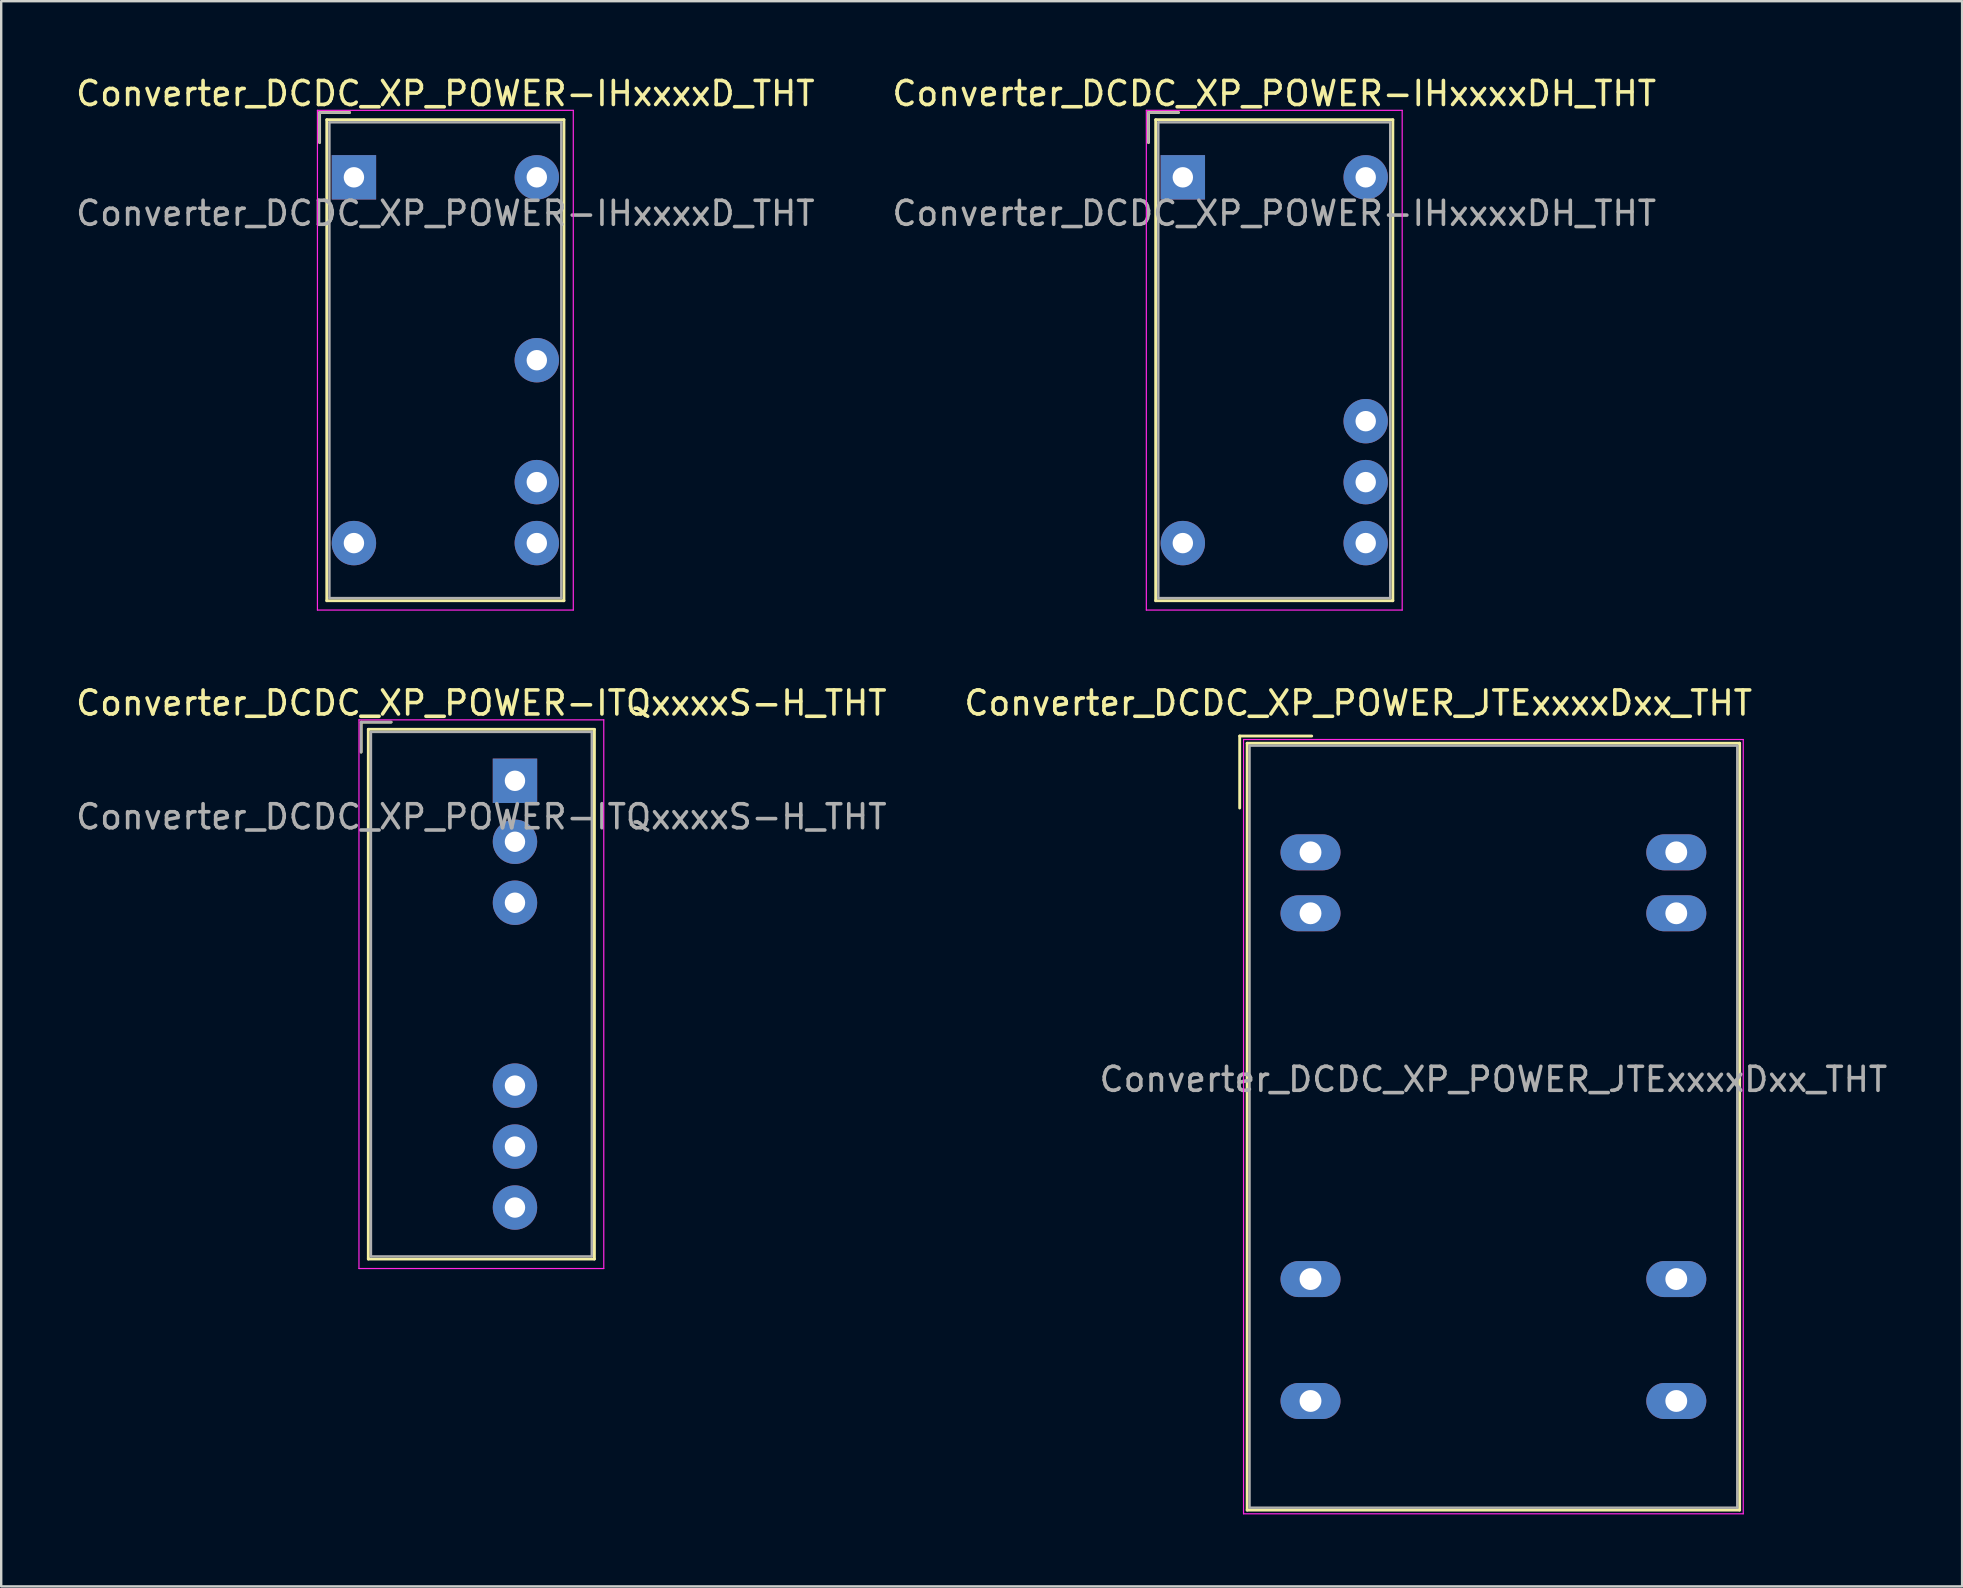
<source format=kicad_pcb>
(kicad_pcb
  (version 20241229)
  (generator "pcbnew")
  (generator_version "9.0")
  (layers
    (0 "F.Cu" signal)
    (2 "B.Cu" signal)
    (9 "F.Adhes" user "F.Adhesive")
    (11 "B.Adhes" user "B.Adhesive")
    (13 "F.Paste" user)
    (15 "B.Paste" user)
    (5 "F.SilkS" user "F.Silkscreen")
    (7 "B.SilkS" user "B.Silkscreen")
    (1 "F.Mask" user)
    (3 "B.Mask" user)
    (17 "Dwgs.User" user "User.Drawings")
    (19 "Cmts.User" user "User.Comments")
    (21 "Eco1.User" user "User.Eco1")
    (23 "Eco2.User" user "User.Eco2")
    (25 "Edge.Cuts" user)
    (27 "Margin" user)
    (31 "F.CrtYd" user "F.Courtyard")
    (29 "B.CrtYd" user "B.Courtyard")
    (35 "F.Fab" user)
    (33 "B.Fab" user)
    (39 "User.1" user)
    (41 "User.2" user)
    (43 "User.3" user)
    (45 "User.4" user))
  (footprint "Converter_DCDC_XP_POWER_JTExxxxDxx_THT"
    (layer "F.Cu")
    (at 51.552 32.462)
    (property "Reference" "Converter_DCDC_XP_POWER_JTExxxxDxx_THT" (at 1.99 -6.22 0) (layer "F.SilkS") (effects (font (size 1 1) (thickness 0.15))))
    (attr through_hole)
    (fp_line (start -2.95 -4.845) (end -2.95 -1.845) (stroke (width 0.12) (type solid)) (layer "F.SilkS"))
    (fp_line (start -2.95 -4.845) (end 0.05 -4.845) (stroke (width 0.12) (type solid)) (layer "F.SilkS"))
    (fp_line (start -2.64 -4.545) (end -2.64 27.405) (stroke (width 0.12) (type solid)) (layer "F.SilkS"))
    (fp_line (start -2.64 -4.545) (end 17.88 -4.545) (stroke (width 0.12) (type solid)) (layer "F.SilkS"))
    (fp_line (start -2.64 27.405) (end 17.88 27.405) (stroke (width 0.12) (type solid)) (layer "F.SilkS"))
    (fp_line (start 17.88 -4.545) (end 17.88 27.405) (stroke (width 0.12) (type solid)) (layer "F.SilkS"))
    (fp_line (start -2.79 -4.7) (end -2.79 27.56) (stroke (width 0.05) (type solid)) (layer "F.CrtYd"))
    (fp_line (start -2.79 -4.7) (end 18.03 -4.7) (stroke (width 0.05) (type solid)) (layer "F.CrtYd"))
    (fp_line (start -2.79 27.56) (end 18.03 27.56) (stroke (width 0.05) (type solid)) (layer "F.CrtYd"))
    (fp_line (start 18.03 -4.7) (end 18.03 27.56) (stroke (width 0.05) (type solid)) (layer "F.CrtYd"))
    (fp_line (start -2.54 -4.445) (end 17.78 -4.445) (stroke (width 0.1) (type solid)) (layer "F.Fab"))
    (fp_line (start -2.54 27.305) (end -2.54 -4.455) (stroke (width 0.1) (type solid)) (layer "F.Fab"))
    (fp_line (start 17.78 -4.445) (end 17.78 27.305) (stroke (width 0.1) (type solid)) (layer "F.Fab"))
    (fp_line (start 17.78 27.305) (end -2.5 27.305) (stroke (width 0.1) (type solid)) (layer "F.Fab"))
    (fp_text user "${REFERENCE}" (at 7.62 9.46 0) (layer "F.Fab") (effects (font (size 1 1) (thickness 0.15))))
    (pad "2" thru_hole oval (at 0 0) (size 2.5 1.5) (drill 0.91) (layers "*.Cu" "*.Mask"))
    (pad "3" thru_hole oval (at 0 2.54) (size 2.5 1.5) (drill 0.91) (layers "*.Cu" "*.Mask"))
    (pad "9" thru_hole oval (at 0 17.78) (size 2.5 1.5) (drill 0.91) (layers "*.Cu" "*.Mask"))
    (pad "11" thru_hole oval (at 0 22.86) (size 2.5 1.5) (drill 0.91) (layers "*.Cu" "*.Mask"))
    (pad "14" thru_hole oval (at 15.24 22.86) (size 2.5 1.5) (drill 0.91) (layers "*.Cu" "*.Mask"))
    (pad "16" thru_hole oval (at 15.24 17.78) (size 2.5 1.5) (drill 0.91) (layers "*.Cu" "*.Mask"))
    (pad "22" thru_hole oval (at 15.24 2.54) (size 2.5 1.5) (drill 0.91) (layers "*.Cu" "*.Mask"))
    (pad "23" thru_hole oval (at 15.24 0) (size 2.5 1.5) (drill 0.91) (layers "*.Cu" "*.Mask")))
  (footprint "Converter_DCDC_XP_POWER-IHxxxxDH_THT"
    (layer "F.Cu")
    (at 46.232 4.338)
    (property "Reference" "Converter_DCDC_XP_POWER-IHxxxxDH_THT" (at 3.81 -3.49 0) (layer "F.SilkS") (effects (font (size 1 1) (thickness 0.15))))
    (attr through_hole)
    (fp_line (start -1.43 -2.7) (end -1.43 -1.45) (stroke (width 0.12) (type solid)) (layer "F.SilkS"))
    (fp_line (start -1.13 -2.4) (end -1.13 17.64) (stroke (width 0.12) (type solid)) (layer "F.SilkS"))
    (fp_line (start -1.13 17.64) (end 8.75 17.64) (stroke (width 0.12) (type solid)) (layer "F.SilkS"))
    (fp_line (start -0.18 -2.7) (end -1.43 -2.7) (stroke (width 0.12) (type solid)) (layer "F.SilkS"))
    (fp_line (start 8.75 -2.4) (end -1.13 -2.4) (stroke (width 0.12) (type solid)) (layer "F.SilkS"))
    (fp_line (start 8.75 17.64) (end 8.75 -2.4) (stroke (width 0.12) (type solid)) (layer "F.SilkS"))
    (fp_line (start -1.52 -2.79) (end -1.52 18.03) (stroke (width 0.05) (type solid)) (layer "F.CrtYd"))
    (fp_line (start -1.52 18.03) (end 9.14 18.03) (stroke (width 0.05) (type solid)) (layer "F.CrtYd"))
    (fp_line (start 9.14 -2.79) (end -1.52 -2.79) (stroke (width 0.05) (type solid)) (layer "F.CrtYd"))
    (fp_line (start 9.14 18.03) (end 9.14 -2.79) (stroke (width 0.05) (type solid)) (layer "F.CrtYd"))
    (fp_line (start -1.43 -2.7) (end -1.43 -1.45) (stroke (width 0.1) (type solid)) (layer "F.Fab"))
    (fp_line (start -1.02 -2.29) (end -1.02 17.53) (stroke (width 0.1) (type solid)) (layer "F.Fab"))
    (fp_line (start -1.02 17.53) (end 8.64 17.53) (stroke (width 0.1) (type solid)) (layer "F.Fab"))
    (fp_line (start -0.18 -2.7) (end -1.43 -2.7) (stroke (width 0.1) (type solid)) (layer "F.Fab"))
    (fp_line (start 8.64 -2.29) (end -1.02 -2.29) (stroke (width 0.1) (type solid)) (layer "F.Fab"))
    (fp_line (start 8.64 17.53) (end 8.64 -2.29) (stroke (width 0.1) (type solid)) (layer "F.Fab"))
    (fp_text user "${REFERENCE}" (at 3.81 1.5 0) (layer "F.Fab") (effects (font (size 1 1) (thickness 0.15))))
    (pad "1" thru_hole rect (at 0 0) (size 1.85 1.85) (drill 0.85) (layers "*.Cu" "*.Mask"))
    (pad "2" thru_hole circle (at 0 15.24) (size 1.85 1.85) (drill 0.85) (layers "*.Cu" "*.Mask"))
    (pad "3" thru_hole circle (at 7.62 0) (size 1.85 1.85) (drill 0.85) (layers "*.Cu" "*.Mask"))
    (pad "4" thru_hole circle (at 7.62 10.16) (size 1.85 1.85) (drill 0.85) (layers "*.Cu" "*.Mask"))
    (pad "5" thru_hole circle (at 7.62 15.24) (size 1.85 1.85) (drill 0.85) (layers "*.Cu" "*.Mask"))
    (pad "6" thru_hole circle (at 7.62 12.7) (size 1.85 1.85) (drill 0.85) (layers "*.Cu" "*.Mask")))
  (footprint "Converter_DCDC_XP_POWER-IHxxxxD_THT"
    (layer "F.Cu")
    (at 11.696 4.338)
    (property "Reference" "Converter_DCDC_XP_POWER-IHxxxxD_THT" (at 3.81 -3.49 0) (layer "F.SilkS") (effects (font (size 1 1) (thickness 0.15))))
    (attr through_hole)
    (fp_line (start -1.43 -2.7) (end -1.43 -1.45) (stroke (width 0.12) (type solid)) (layer "F.SilkS"))
    (fp_line (start -1.13 -2.4) (end -1.13 17.64) (stroke (width 0.12) (type solid)) (layer "F.SilkS"))
    (fp_line (start -1.13 17.64) (end 8.75 17.64) (stroke (width 0.12) (type solid)) (layer "F.SilkS"))
    (fp_line (start -0.18 -2.7) (end -1.43 -2.7) (stroke (width 0.12) (type solid)) (layer "F.SilkS"))
    (fp_line (start 8.75 -2.4) (end -1.13 -2.4) (stroke (width 0.12) (type solid)) (layer "F.SilkS"))
    (fp_line (start 8.75 17.64) (end 8.75 -2.4) (stroke (width 0.12) (type solid)) (layer "F.SilkS"))
    (fp_line (start -1.52 -2.79) (end -1.52 18.03) (stroke (width 0.05) (type solid)) (layer "F.CrtYd"))
    (fp_line (start -1.52 18.03) (end 9.14 18.03) (stroke (width 0.05) (type solid)) (layer "F.CrtYd"))
    (fp_line (start 9.14 -2.79) (end -1.52 -2.79) (stroke (width 0.05) (type solid)) (layer "F.CrtYd"))
    (fp_line (start 9.14 18.03) (end 9.14 -2.79) (stroke (width 0.05) (type solid)) (layer "F.CrtYd"))
    (fp_line (start -1.43 -2.7) (end -1.43 -1.45) (stroke (width 0.1) (type solid)) (layer "F.Fab"))
    (fp_line (start -1.02 -2.29) (end -1.02 17.53) (stroke (width 0.1) (type solid)) (layer "F.Fab"))
    (fp_line (start -1.02 17.53) (end 8.64 17.53) (stroke (width 0.1) (type solid)) (layer "F.Fab"))
    (fp_line (start -0.18 -2.7) (end -1.43 -2.7) (stroke (width 0.1) (type solid)) (layer "F.Fab"))
    (fp_line (start 8.64 -2.29) (end -1.02 -2.29) (stroke (width 0.1) (type solid)) (layer "F.Fab"))
    (fp_line (start 8.64 17.53) (end 8.64 -2.29) (stroke (width 0.1) (type solid)) (layer "F.Fab"))
    (fp_text user "${REFERENCE}" (at 3.81 1.5 0) (layer "F.Fab") (effects (font (size 1 1) (thickness 0.15))))
    (pad "1" thru_hole rect (at 0 0) (size 1.85 1.85) (drill 0.85) (layers "*.Cu" "*.Mask"))
    (pad "2" thru_hole circle (at 0 15.24) (size 1.85 1.85) (drill 0.85) (layers "*.Cu" "*.Mask"))
    (pad "3" thru_hole circle (at 7.62 0) (size 1.85 1.85) (drill 0.85) (layers "*.Cu" "*.Mask"))
    (pad "4" thru_hole circle (at 7.62 7.62) (size 1.85 1.85) (drill 0.85) (layers "*.Cu" "*.Mask"))
    (pad "5" thru_hole circle (at 7.62 12.7) (size 1.85 1.85) (drill 0.85) (layers "*.Cu" "*.Mask"))
    (pad "6" thru_hole circle (at 7.62 15.24) (size 1.85 1.85) (drill 0.85) (layers "*.Cu" "*.Mask")))
  (footprint "Converter_DCDC_XP_POWER-ITQxxxxS-H_THT"
    (layer "F.Cu")
    (at 18.406 29.482)
    (property "Reference" "Converter_DCDC_XP_POWER-ITQxxxxS-H_THT" (at -1.4 -3.24 0) (layer "F.SilkS") (effects (font (size 1 1) (thickness 0.15))))
    (attr through_hole)
    (fp_line (start -6.41 -2.445) (end -6.41 -1.195) (stroke (width 0.12) (type solid)) (layer "F.SilkS"))
    (fp_line (start -6.11 -2.145) (end -6.11 19.925) (stroke (width 0.12) (type solid)) (layer "F.SilkS"))
    (fp_line (start -6.11 19.925) (end 3.31 19.925) (stroke (width 0.12) (type solid)) (layer "F.SilkS"))
    (fp_line (start -5.16 -2.445) (end -6.41 -2.445) (stroke (width 0.12) (type solid)) (layer "F.SilkS"))
    (fp_line (start 3.31 -2.145) (end -6.11 -2.145) (stroke (width 0.12) (type solid)) (layer "F.SilkS"))
    (fp_line (start 3.31 19.925) (end 3.31 -2.145) (stroke (width 0.12) (type solid)) (layer "F.SilkS"))
    (fp_line (start -6.5 -2.54) (end -6.5 20.32) (stroke (width 0.05) (type solid)) (layer "F.CrtYd"))
    (fp_line (start -6.5 20.32) (end 3.7 20.32) (stroke (width 0.05) (type solid)) (layer "F.CrtYd"))
    (fp_line (start 3.7 -2.54) (end -6.5 -2.54) (stroke (width 0.05) (type solid)) (layer "F.CrtYd"))
    (fp_line (start 3.7 20.32) (end 3.7 -2.54) (stroke (width 0.05) (type solid)) (layer "F.CrtYd"))
    (fp_line (start -6.41 -2.445) (end -6.41 -1.195) (stroke (width 0.1) (type solid)) (layer "F.Fab"))
    (fp_line (start -6 -2.035) (end -6 19.815) (stroke (width 0.1) (type solid)) (layer "F.Fab"))
    (fp_line (start -6 19.815) (end 3.2 19.815) (stroke (width 0.1) (type solid)) (layer "F.Fab"))
    (fp_line (start -5.16 -2.445) (end -6.41 -2.445) (stroke (width 0.1) (type solid)) (layer "F.Fab"))
    (fp_line (start 3.2 -2.035) (end -6 -2.035) (stroke (width 0.1) (type solid)) (layer "F.Fab"))
    (fp_line (start 3.2 19.815) (end 3.2 -2.035) (stroke (width 0.1) (type solid)) (layer "F.Fab"))
    (fp_text user "${REFERENCE}" (at -1.4 1.5 0) (layer "F.Fab") (effects (font (size 1 1) (thickness 0.15))))
    (pad "1" thru_hole rect (at 0 0) (size 1.85 1.85) (drill 0.85) (layers "*.Cu" "*.Mask"))
    (pad "2" thru_hole circle (at 0 2.54) (size 1.85 1.85) (drill 0.85) (layers "*.Cu" "*.Mask"))
    (pad "3" thru_hole circle (at 0 5.08) (size 1.85 1.85) (drill 0.85) (layers "*.Cu" "*.Mask"))
    (pad "6" thru_hole circle (at 0 12.7) (size 1.85 1.85) (drill 0.85) (layers "*.Cu" "*.Mask"))
    (pad "7" thru_hole circle (at 0 15.24) (size 1.85 1.85) (drill 0.85) (layers "*.Cu" "*.Mask"))
    (pad "8" thru_hole circle (at 0 17.78) (size 1.85 1.85) (drill 0.85) (layers "*.Cu" "*.Mask")))
  (gr_rect
    (start -3 -3)
    (end 78.701 63.047)
    (stroke (width 0.1) (type default))
    (fill no)
    (layer "Edge.Cuts")))
</source>
